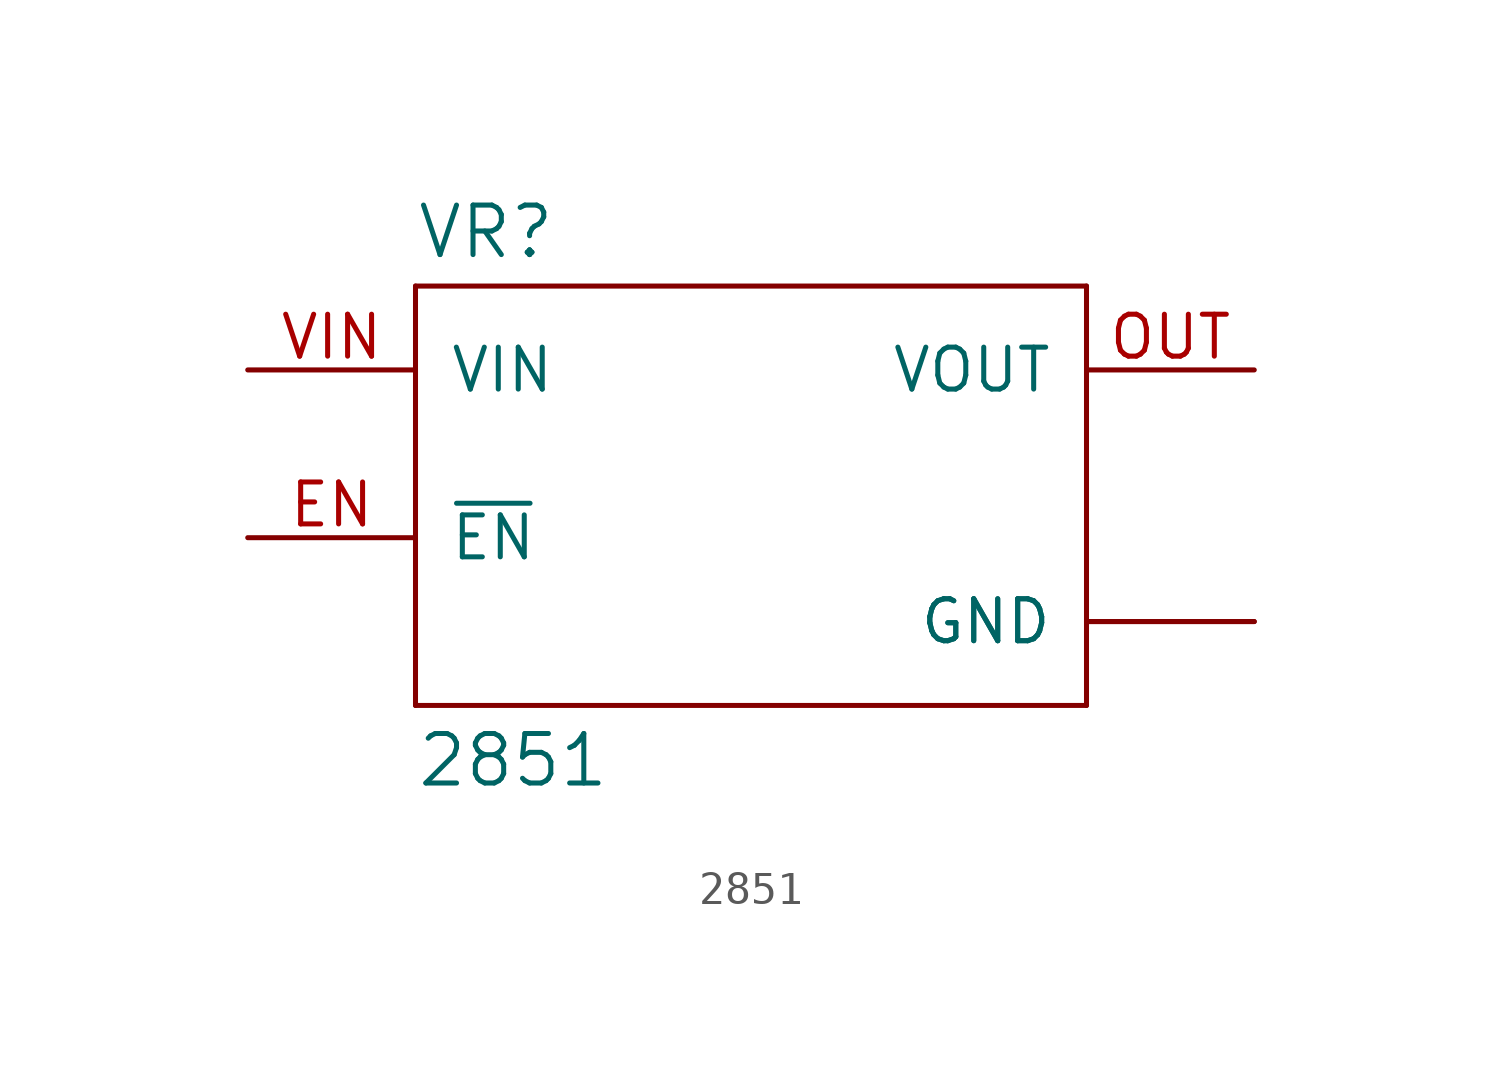
<source format=kicad_sym>
(kicad_symbol_lib
  (version 20211014)
  (generator kicad_symbol_editor)
  (symbol "2851"
    (pin_names
      (offset 1.016))
    (property "Reference" "VR"
      (at -10.16 5.842 0)
      (effects (font (size 1.499 1.499)) (justify left bottom)))
    (property "Value" "2851"
      (at -10.16 -10.16 0)
      (effects (font (size 1.499 1.499)) (justify left bottom)))
    (property "ki_locked" ""
      (at 0 0 0)
      (effects (font (size 1.27 1.27))))
    (symbol "2851_1_0"
      (polyline (pts (xy -10.16 -7.62) (xy -10.16 5.08)) (stroke (width 0) (type default) (color 0 0 0 0)) (fill (type none)))
      (polyline (pts (xy -10.16 5.08) (xy 10.16 5.08)) (stroke (width 0) (type default) (color 0 0 0 0)) (fill (type none)))
      (polyline (pts (xy 10.16 -7.62) (xy -10.16 -7.62)) (stroke (width 0) (type default) (color 0 0 0 0)) (fill (type none)))
      (polyline (pts (xy 10.16 5.08) (xy 10.16 -7.62)) (stroke (width 0) (type default) (color 0 0 0 0)) (fill (type none)))
      (pin input line (at -15.24 -2.54 0) (length 5.08) (name "~{EN}" (effects (font (size 1.27 1.27)))) (number "EN" (effects (font (size 1.27 1.27)))))
      (pin power_in line (at 15.24 -5.08 180) (length 5.08) (name "GND" (effects (font (size 1.27 1.27)))) (number "GND1" (effects (font (size 0 0)))))
      (pin power_in line (at 15.24 -5.08 180) (length 5.08) (name "GND" (effects (font (size 1.27 1.27)))) (number "GND2" (effects (font (size 0 0)))))
      (pin output line (at 15.24 2.54 180) (length 5.08) (name "VOUT" (effects (font (size 1.27 1.27)))) (number "OUT" (effects (font (size 1.27 1.27)))))
      (pin input line (at -15.24 2.54 0) (length 5.08) (name "VIN" (effects (font (size 1.27 1.27)))) (number "VIN" (effects (font (size 1.27 1.27))))))))
</source>
